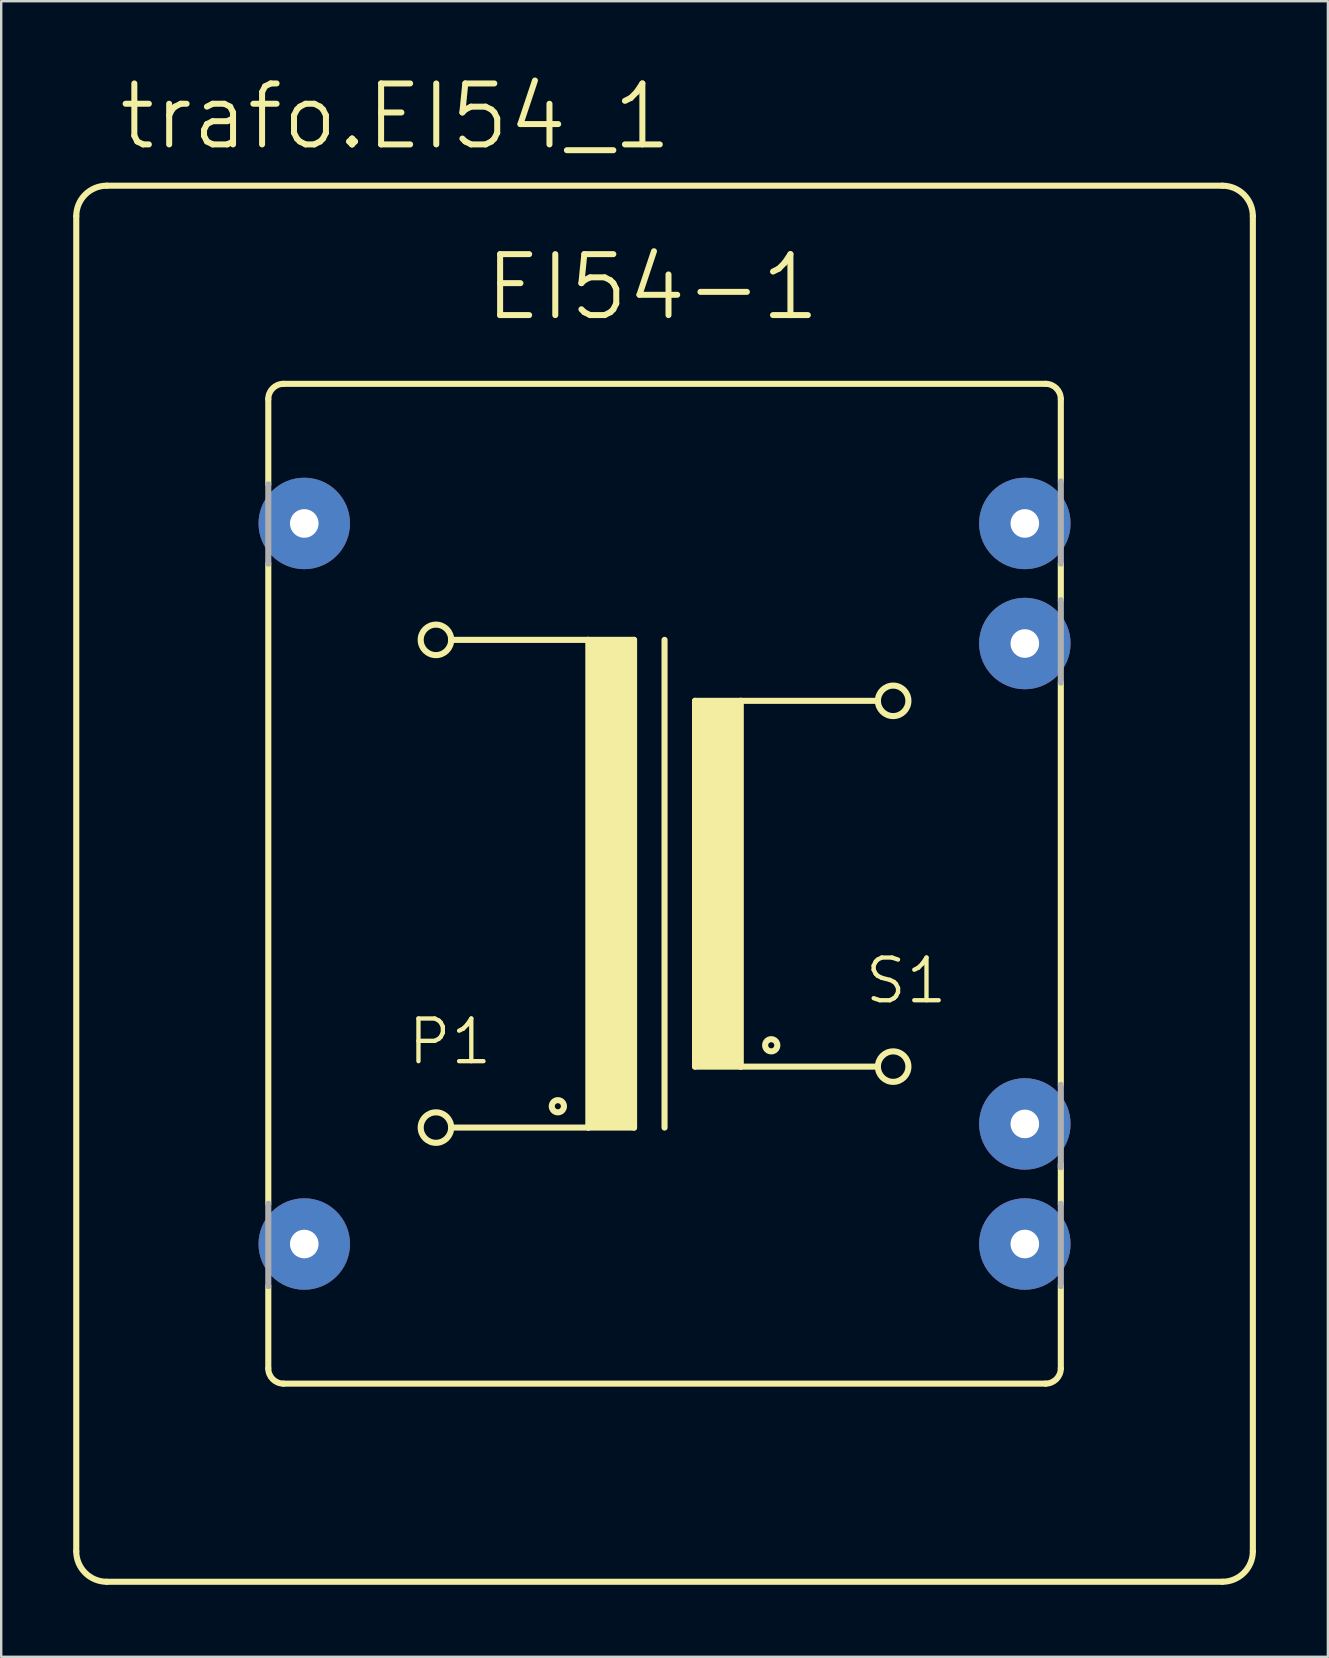
<source format=kicad_pcb>
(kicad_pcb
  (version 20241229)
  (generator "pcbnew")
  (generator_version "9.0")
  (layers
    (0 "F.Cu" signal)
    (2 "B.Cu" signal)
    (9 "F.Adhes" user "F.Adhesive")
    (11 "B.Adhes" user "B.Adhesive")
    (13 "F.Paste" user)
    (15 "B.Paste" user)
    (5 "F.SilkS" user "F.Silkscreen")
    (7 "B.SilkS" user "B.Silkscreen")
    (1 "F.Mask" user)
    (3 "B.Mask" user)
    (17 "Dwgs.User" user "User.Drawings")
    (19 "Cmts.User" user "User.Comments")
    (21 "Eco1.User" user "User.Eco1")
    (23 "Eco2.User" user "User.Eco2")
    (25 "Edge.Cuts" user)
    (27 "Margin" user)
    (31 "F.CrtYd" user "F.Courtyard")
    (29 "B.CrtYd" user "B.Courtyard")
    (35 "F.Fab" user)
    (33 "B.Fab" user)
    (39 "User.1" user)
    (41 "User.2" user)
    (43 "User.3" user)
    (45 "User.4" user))
  (footprint "trafo.EI54_1"
    (layer "F.Cu")
    (at 24.638 33.77)
    (property "Reference" "trafo.EI54_1" (at -22.86 -30.48 0) (layer "F.SilkS") (effects (font (size 2.54 2.54) (thickness 0.25)) (justify left bottom)))
    (attr through_hole)
    (fp_line (start -24.511 27.813) (end -24.511 -27.813) (stroke (width 0.254) (type default)) (layer "F.SilkS"))
    (fp_line (start -16.51 -20.193) (end -16.51 -16.637) (stroke (width 0.254) (type default)) (layer "F.SilkS"))
    (fp_line (start -16.51 -13.335) (end -16.51 13.335) (stroke (width 0.254) (type default)) (layer "F.SilkS"))
    (fp_line (start -16.51 20.193) (end -16.51 16.764) (stroke (width 0.254) (type default)) (layer "F.SilkS"))
    (fp_line (start -15.875 -20.828) (end 15.875 -20.828) (stroke (width 0.254) (type default)) (layer "F.SilkS"))
    (fp_line (start -15.875 20.828) (end 15.875 20.828) (stroke (width 0.254) (type default)) (layer "F.SilkS"))
    (fp_line (start -8.89 -10.16) (end -3.175 -10.16) (stroke (width 0.254) (type default)) (layer "F.SilkS"))
    (fp_line (start -3.175 -10.16) (end -3.175 10.16) (stroke (width 0.254) (type default)) (layer "F.SilkS"))
    (fp_line (start -3.175 -10.16) (end -1.27 -10.16) (stroke (width 0.254) (type default)) (layer "F.SilkS"))
    (fp_line (start -3.175 10.16) (end -8.89 10.16) (stroke (width 0.254) (type default)) (layer "F.SilkS"))
    (fp_line (start -1.27 -10.16) (end -1.27 10.16) (stroke (width 0.254) (type default)) (layer "F.SilkS"))
    (fp_line (start -1.27 10.16) (end -3.175 10.16) (stroke (width 0.254) (type default)) (layer "F.SilkS"))
    (fp_line (start 0 -10.16) (end 0 10.16) (stroke (width 0.254) (type default)) (layer "F.SilkS"))
    (fp_line (start 1.27 -7.62) (end 1.27 7.62) (stroke (width 0.254) (type default)) (layer "F.SilkS"))
    (fp_line (start 1.27 -7.62) (end 3.175 -7.62) (stroke (width 0.254) (type default)) (layer "F.SilkS"))
    (fp_line (start 1.27 7.62) (end 3.175 7.62) (stroke (width 0.254) (type default)) (layer "F.SilkS"))
    (fp_line (start 3.175 -7.62) (end 8.89 -7.62) (stroke (width 0.254) (type default)) (layer "F.SilkS"))
    (fp_line (start 3.175 7.62) (end 3.175 -7.62) (stroke (width 0.254) (type default)) (layer "F.SilkS"))
    (fp_line (start 3.175 7.62) (end 8.89 7.62) (stroke (width 0.254) (type default)) (layer "F.SilkS"))
    (fp_line (start 16.51 -20.193) (end 16.51 -16.764) (stroke (width 0.254) (type default)) (layer "F.SilkS"))
    (fp_line (start 16.51 -13.335) (end 16.51 -11.811) (stroke (width 0.254) (type default)) (layer "F.SilkS"))
    (fp_line (start 16.51 -8.382) (end 16.51 8.382) (stroke (width 0.254) (type default)) (layer "F.SilkS"))
    (fp_line (start 16.51 11.684) (end 16.51 13.335) (stroke (width 0.254) (type default)) (layer "F.SilkS"))
    (fp_line (start 16.51 20.193) (end 16.51 16.764) (stroke (width 0.254) (type default)) (layer "F.SilkS"))
    (fp_line (start 23.241 -29.083) (end -23.241 -29.083) (stroke (width 0.254) (type default)) (layer "F.SilkS"))
    (fp_line (start 23.241 29.083) (end -23.241 29.083) (stroke (width 0.254) (type default)) (layer "F.SilkS"))
    (fp_line (start 24.511 -27.813) (end 24.511 27.813) (stroke (width 0.254) (type default)) (layer "F.SilkS"))
    (fp_rect (start -3.175 10.16) (end -1.27 -10.16) (stroke (width 0.05) (type default)) (fill yes) (layer "F.SilkS"))
    (fp_rect (start 1.27 7.62) (end 3.175 -7.62) (stroke (width 0.05) (type default)) (fill yes) (layer "F.SilkS"))
    (fp_arc (start -24.511 -27.813) (mid -24.139026 -28.711026) (end -23.241 -29.083) (stroke (width 0.254) (type default)) (layer "F.SilkS"))
    (fp_arc (start -23.241 29.083) (mid -24.139026 28.711026) (end -24.511 27.813) (stroke (width 0.254) (type default)) (layer "F.SilkS"))
    (fp_arc (start -16.51 -20.193) (mid -16.324013 -20.642013) (end -15.875 -20.828) (stroke (width 0.254) (type default)) (layer "F.SilkS"))
    (fp_arc (start -15.875 20.828) (mid -16.324013 20.642013) (end -16.51 20.193) (stroke (width 0.254) (type default)) (layer "F.SilkS"))
    (fp_arc (start 15.875 -20.828) (mid 16.324013 -20.642013) (end 16.51 -20.193) (stroke (width 0.254) (type default)) (layer "F.SilkS"))
    (fp_arc (start 16.51 20.193) (mid 16.324013 20.642013) (end 15.875 20.828) (stroke (width 0.254) (type default)) (layer "F.SilkS"))
    (fp_arc (start 23.241 -29.083) (mid 24.139026 -28.711026) (end 24.511 -27.813) (stroke (width 0.254) (type default)) (layer "F.SilkS"))
    (fp_arc (start 24.511 27.813) (mid 24.139026 28.711026) (end 23.241 29.083) (stroke (width 0.254) (type default)) (layer "F.SilkS"))
    (fp_circle (center -9.525 -10.16) (end -8.89 -10.16) (stroke (width 0.254) (type default)) (fill no) (layer "F.SilkS"))
    (fp_circle (center -9.525 10.16) (end -8.89 10.16) (stroke (width 0.254) (type default)) (fill no) (layer "F.SilkS"))
    (fp_circle (center -4.445 9.271) (end -4.191 9.271) (stroke (width 0.254) (type default)) (fill no) (layer "F.SilkS"))
    (fp_circle (center 4.445 6.731) (end 4.699 6.731) (stroke (width 0.254) (type default)) (fill no) (layer "F.SilkS"))
    (fp_circle (center 9.525 -7.62) (end 10.16 -7.62) (stroke (width 0.254) (type default)) (fill no) (layer "F.SilkS"))
    (fp_circle (center 9.525 7.62) (end 10.16 7.62) (stroke (width 0.254) (type default)) (fill no) (layer "F.SilkS"))
    (fp_line (start -16.51 -13.335) (end -16.51 -16.637) (stroke (width 0.254) (type default)) (layer "F.Fab"))
    (fp_line (start -16.51 13.335) (end -16.51 16.764) (stroke (width 0.254) (type default)) (layer "F.Fab"))
    (fp_line (start 16.51 -13.335) (end 16.51 -16.764) (stroke (width 0.254) (type default)) (layer "F.Fab"))
    (fp_line (start 16.51 -8.382) (end 16.51 -11.811) (stroke (width 0.254) (type default)) (layer "F.Fab"))
    (fp_line (start 16.51 11.811) (end 16.51 8.382) (stroke (width 0.254) (type default)) (layer "F.Fab"))
    (fp_line (start 16.51 16.764) (end 16.51 13.335) (stroke (width 0.254) (type default)) (layer "F.Fab"))
    (fp_text user "S1" (at 8.255 5.08 0) (layer "F.SilkS") (effects (font (size 1.778 1.778) (thickness 0.18)) (justify left bottom)))
    (fp_text user "EI54-1" (at -7.62 -23.368 0) (layer "F.SilkS") (effects (font (size 2.54 2.54) (thickness 0.25)) (justify left bottom)))
    (fp_text user "P1" (at -10.795 7.62 0) (layer "F.SilkS") (effects (font (size 1.778 1.778) (thickness 0.18)) (justify left bottom)))
    (pad "1" thru_hole circle (at -15.011 -15.011) (size 3.81 3.81) (drill 1.194) (layers "*.Cu" "*.Mask"))
    (pad "7" thru_hole circle (at -15.011 15.011) (size 3.81 3.81) (drill 1.194) (layers "*.Cu" "*.Mask"))
    (pad "8" thru_hole circle (at 15.011 15.011) (size 3.81 3.81) (drill 1.194) (layers "*.Cu" "*.Mask"))
    (pad "9" thru_hole circle (at 15.011 10.008) (size 3.81 3.81) (drill 1.194) (layers "*.Cu" "*.Mask"))
    (pad "13" thru_hole circle (at 15.011 -10.008) (size 3.81 3.81) (drill 1.194) (layers "*.Cu" "*.Mask"))
    (pad "14" thru_hole circle (at 15.011 -15.011) (size 3.81 3.81) (drill 1.194) (layers "*.Cu" "*.Mask")))
  (gr_rect
    (start -3 -3)
    (end 52.276 65.98)
    (stroke (width 0.1) (type default))
    (fill no)
    (layer "Edge.Cuts")))
</source>
